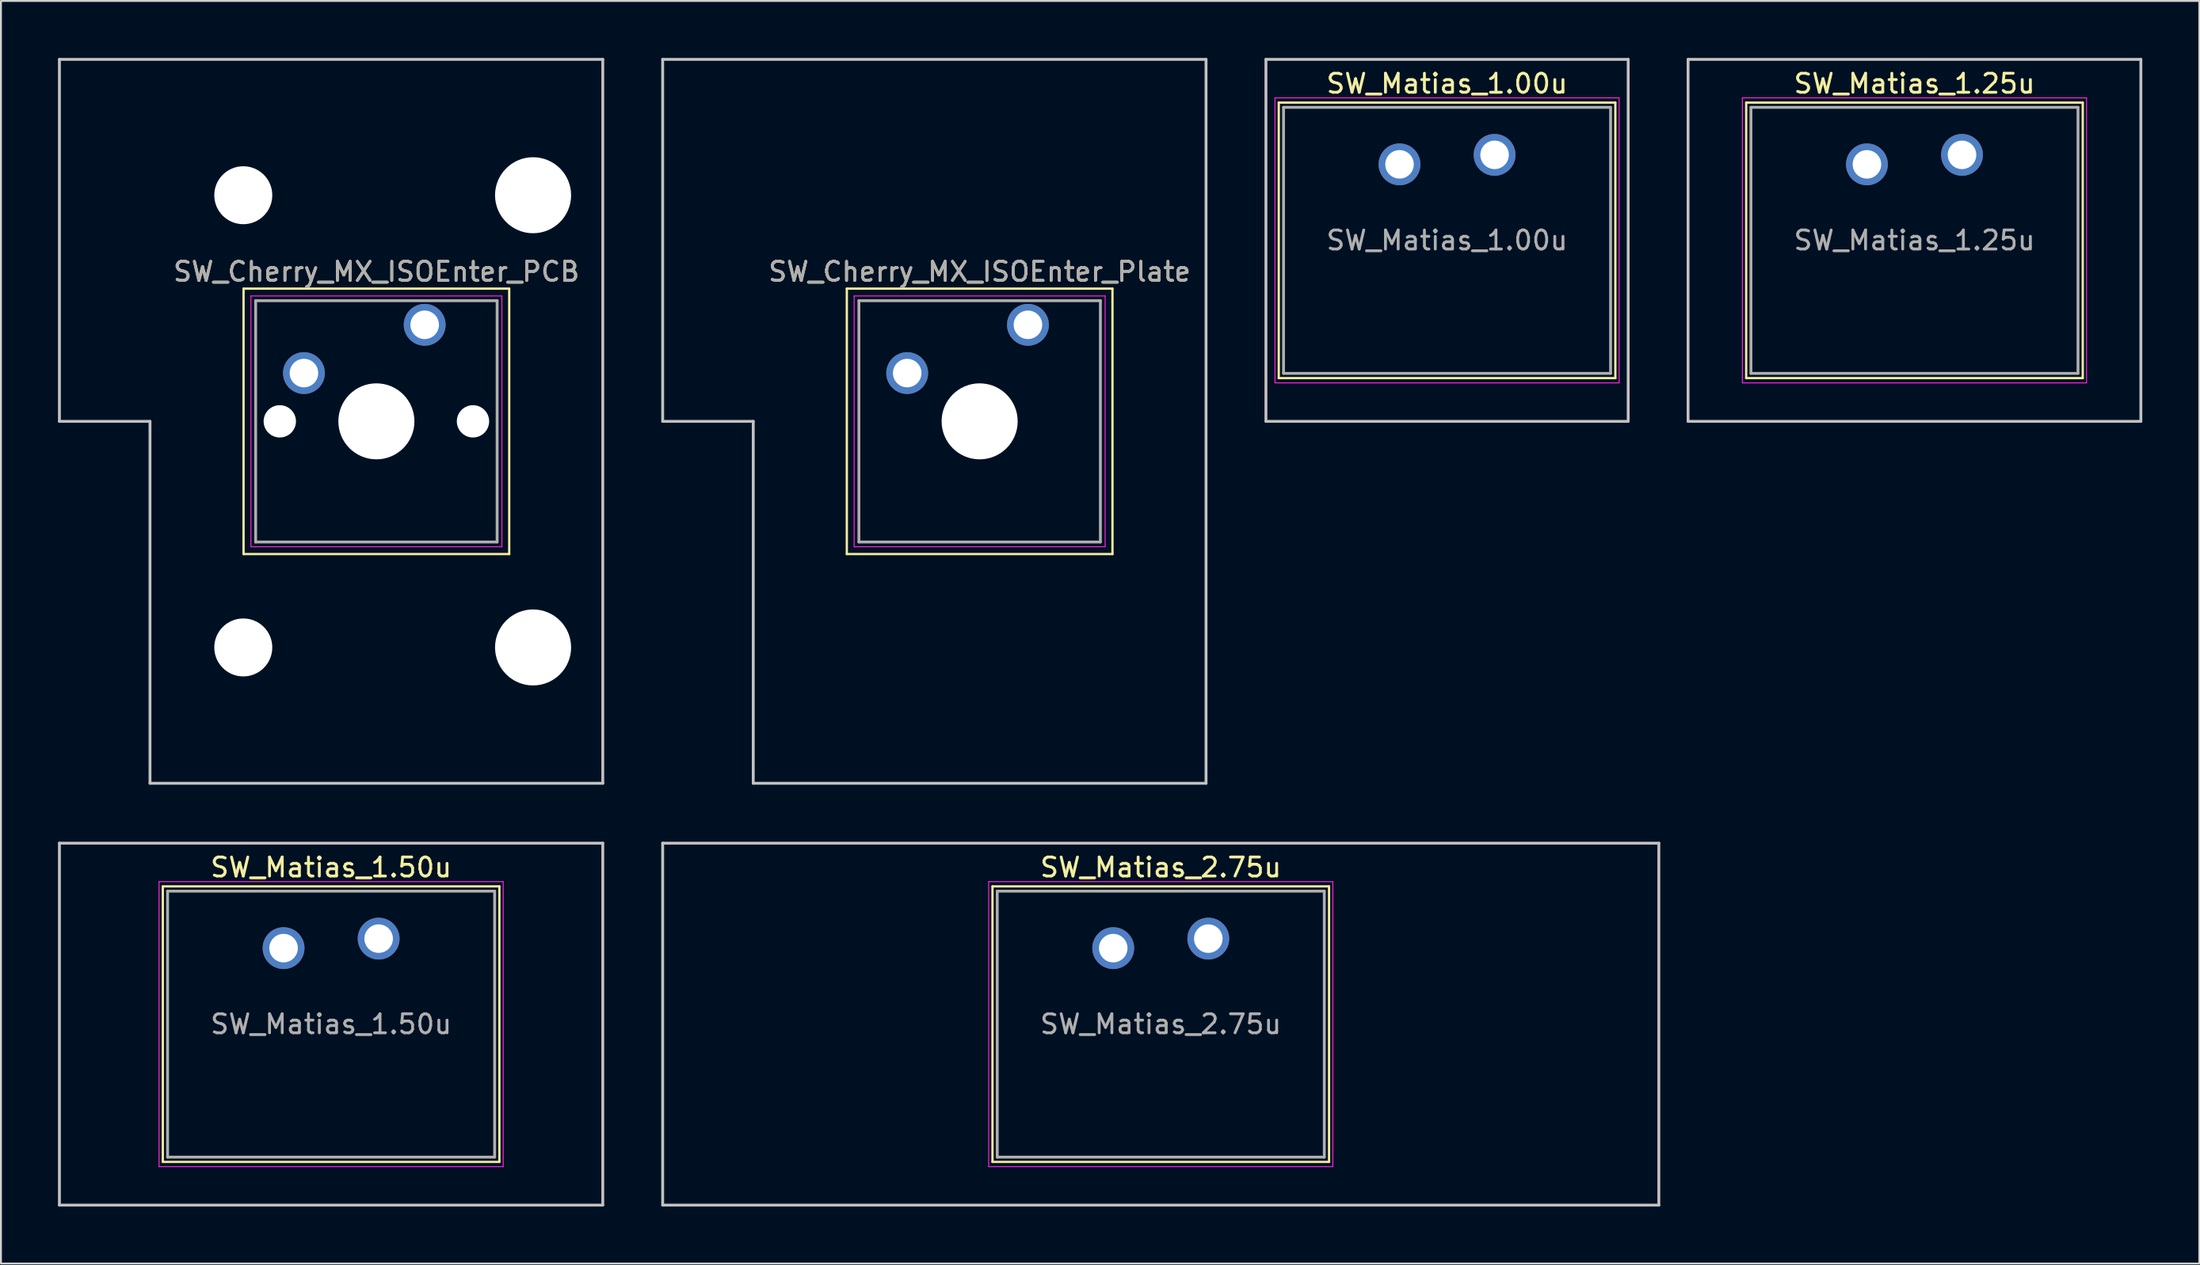
<source format=kicad_pcb>
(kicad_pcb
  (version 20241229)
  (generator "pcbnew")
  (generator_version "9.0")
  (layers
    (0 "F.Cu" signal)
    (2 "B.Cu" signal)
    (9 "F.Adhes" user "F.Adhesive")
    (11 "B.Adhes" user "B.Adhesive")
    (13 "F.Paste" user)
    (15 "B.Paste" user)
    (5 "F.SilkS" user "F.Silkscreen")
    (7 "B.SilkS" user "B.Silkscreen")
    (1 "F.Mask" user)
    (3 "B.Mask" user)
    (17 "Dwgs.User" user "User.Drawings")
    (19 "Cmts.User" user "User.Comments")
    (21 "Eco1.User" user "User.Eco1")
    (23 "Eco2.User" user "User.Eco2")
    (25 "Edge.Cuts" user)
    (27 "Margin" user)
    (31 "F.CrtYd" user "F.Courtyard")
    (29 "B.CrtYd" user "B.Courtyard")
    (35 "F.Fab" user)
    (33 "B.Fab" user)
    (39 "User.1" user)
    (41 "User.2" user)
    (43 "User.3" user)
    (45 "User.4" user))
  (footprint "SW_Cherry_MX_ISOEnter_PCB"
    (layer "F.Cu")
    (at 19.284 14.045)
    (property "Reference" "SW_Cherry_MX_ISOEnter_PCB" (at -2.54 -2.794 0) (layer "F.SilkS") (effects (font (size 1 1) (thickness 0.15))))
    (attr through_hole)
    (fp_line (start -9.525 -1.905) (end 4.445 -1.905) (stroke (width 0.12) (type solid)) (layer "F.SilkS"))
    (fp_line (start -9.525 12.065) (end -9.525 -1.905) (stroke (width 0.12) (type solid)) (layer "F.SilkS"))
    (fp_line (start 4.445 -1.905) (end 4.445 12.065) (stroke (width 0.12) (type solid)) (layer "F.SilkS"))
    (fp_line (start 4.445 12.065) (end -9.525 12.065) (stroke (width 0.12) (type solid)) (layer "F.SilkS"))
    (fp_line (start -19.209 -13.97) (end 9.366 -13.97) (stroke (width 0.15) (type solid)) (layer "Dwgs.User"))
    (fp_line (start -19.209 5.08) (end -19.209 -13.97) (stroke (width 0.15) (type solid)) (layer "Dwgs.User"))
    (fp_line (start -14.446 5.08) (end -19.209 5.08) (stroke (width 0.15) (type solid)) (layer "Dwgs.User"))
    (fp_line (start -14.446 24.13) (end -14.446 5.08) (stroke (width 0.15) (type solid)) (layer "Dwgs.User"))
    (fp_line (start 9.366 -13.97) (end 9.366 24.13) (stroke (width 0.15) (type solid)) (layer "Dwgs.User"))
    (fp_line (start 9.366 24.13) (end -14.446 24.13) (stroke (width 0.15) (type solid)) (layer "Dwgs.User"))
    (fp_line (start -9.14 -1.52) (end 4.06 -1.52) (stroke (width 0.05) (type solid)) (layer "F.CrtYd"))
    (fp_line (start -9.14 11.68) (end -9.14 -1.52) (stroke (width 0.05) (type solid)) (layer "F.CrtYd"))
    (fp_line (start 4.06 -1.52) (end 4.06 11.68) (stroke (width 0.05) (type solid)) (layer "F.CrtYd"))
    (fp_line (start 4.06 11.68) (end -9.14 11.68) (stroke (width 0.05) (type solid)) (layer "F.CrtYd"))
    (fp_line (start -8.89 -1.27) (end 3.81 -1.27) (stroke (width 0.15) (type solid)) (layer "F.Fab"))
    (fp_line (start -8.89 11.43) (end -8.89 -1.27) (stroke (width 0.15) (type solid)) (layer "F.Fab"))
    (fp_line (start 3.81 -1.27) (end 3.81 11.43) (stroke (width 0.15) (type solid)) (layer "F.Fab"))
    (fp_line (start 3.81 11.43) (end -8.89 11.43) (stroke (width 0.15) (type solid)) (layer "F.Fab"))
    (fp_text user "${REFERENCE}" (at -2.54 -2.794 0) (layer "F.Fab") (effects (font (size 1 1) (thickness 0.15))))
    (pad "" np_thru_hole circle (at -9.54 -6.82) (size 3.05 3.05) (drill 3.05) (layers "*.Cu" "*.Mask"))
    (pad "" np_thru_hole circle (at -9.54 16.98) (size 3.05 3.05) (drill 3.05) (layers "*.Cu" "*.Mask"))
    (pad "" np_thru_hole circle (at -7.62 5.08) (size 1.7 1.7) (drill 1.7) (layers "*.Cu" "*.Mask"))
    (pad "" np_thru_hole circle (at -2.54 5.08) (size 4 4) (drill 4) (layers "*.Cu" "*.Mask"))
    (pad "" np_thru_hole circle (at 2.54 5.08) (size 1.7 1.7) (drill 1.7) (layers "*.Cu" "*.Mask"))
    (pad "" np_thru_hole circle (at 5.7 -6.82) (size 4 4) (drill 4) (layers "*.Cu" "*.Mask"))
    (pad "" np_thru_hole circle (at 5.7 16.98) (size 4 4) (drill 4) (layers "*.Cu" "*.Mask"))
    (pad "1" thru_hole circle (at 0 0) (size 2.2 2.2) (drill 1.5) (layers "*.Cu" "*.Mask"))
    (pad "2" thru_hole circle (at -6.35 2.54) (size 2.2 2.2) (drill 1.5) (layers "*.Cu" "*.Mask")))
  (footprint "SW_Matias_1.25u"
    (layer "F.Cu")
    (at 100.131 5.1)
    (property "Reference" "SW_Matias_1.25u" (at -2.5 -3.75 0) (layer "F.SilkS") (effects (font (size 1 1) (thickness 0.15))))
    (attr through_hole)
    (fp_line (start -11.35 -2.75) (end 6.35 -2.75) (stroke (width 0.12) (type solid)) (layer "F.SilkS"))
    (fp_line (start -11.35 11.75) (end -11.35 -2.75) (stroke (width 0.12) (type solid)) (layer "F.SilkS"))
    (fp_line (start 6.35 -2.75) (end 6.35 11.75) (stroke (width 0.12) (type solid)) (layer "F.SilkS"))
    (fp_line (start 6.35 11.75) (end -11.35 11.75) (stroke (width 0.12) (type solid)) (layer "F.SilkS"))
    (fp_line (start -14.406 -5.025) (end 9.406 -5.025) (stroke (width 0.15) (type solid)) (layer "Dwgs.User"))
    (fp_line (start -14.406 14.025) (end -14.406 -5.025) (stroke (width 0.15) (type solid)) (layer "Dwgs.User"))
    (fp_line (start 9.406 -5.025) (end 9.406 14.025) (stroke (width 0.15) (type solid)) (layer "Dwgs.User"))
    (fp_line (start 9.406 14.025) (end -14.406 14.025) (stroke (width 0.15) (type solid)) (layer "Dwgs.User"))
    (fp_line (start -11.55 -3) (end -11.55 12) (stroke (width 0.05) (type solid)) (layer "F.CrtYd"))
    (fp_line (start -11.55 -3) (end 6.55 -3) (stroke (width 0.05) (type solid)) (layer "F.CrtYd"))
    (fp_line (start -11.55 12) (end 6.55 12) (stroke (width 0.05) (type solid)) (layer "F.CrtYd"))
    (fp_line (start 6.55 12) (end 6.55 -3) (stroke (width 0.05) (type solid)) (layer "F.CrtYd"))
    (fp_line (start -11.1 -2.5) (end 6.1 -2.5) (stroke (width 0.15) (type solid)) (layer "F.Fab"))
    (fp_line (start -11.1 11.5) (end -11.1 -2.5) (stroke (width 0.15) (type solid)) (layer "F.Fab"))
    (fp_line (start 6.1 -2.5) (end 6.1 11.5) (stroke (width 0.15) (type solid)) (layer "F.Fab"))
    (fp_line (start 6.1 11.5) (end -11.1 11.5) (stroke (width 0.15) (type solid)) (layer "F.Fab"))
    (fp_text user "${REFERENCE}" (at -2.5 4.5 0) (layer "F.Fab") (effects (font (size 1 1) (thickness 0.15))))
    (pad "1" thru_hole circle (at 0 0) (size 2.2 2.2) (drill 1.5) (layers "*.Cu" "*.Mask"))
    (pad "2" thru_hole circle (at -5 0.5) (size 2.2 2.2) (drill 1.5) (layers "*.Cu" "*.Mask")))
  (footprint "SW_Matias_1.00u"
    (layer "F.Cu")
    (at 75.55 5.1)
    (property "Reference" "SW_Matias_1.00u" (at -2.5 -3.75 0) (layer "F.SilkS") (effects (font (size 1 1) (thickness 0.15))))
    (attr through_hole)
    (fp_line (start -11.35 -2.75) (end 6.35 -2.75) (stroke (width 0.12) (type solid)) (layer "F.SilkS"))
    (fp_line (start -11.35 11.75) (end -11.35 -2.75) (stroke (width 0.12) (type solid)) (layer "F.SilkS"))
    (fp_line (start 6.35 -2.75) (end 6.35 11.75) (stroke (width 0.12) (type solid)) (layer "F.SilkS"))
    (fp_line (start 6.35 11.75) (end -11.35 11.75) (stroke (width 0.12) (type solid)) (layer "F.SilkS"))
    (fp_line (start -12.025 -5.025) (end 7.025 -5.025) (stroke (width 0.15) (type solid)) (layer "Dwgs.User"))
    (fp_line (start -12.025 14.025) (end -12.025 -5.025) (stroke (width 0.15) (type solid)) (layer "Dwgs.User"))
    (fp_line (start 7.025 -5.025) (end 7.025 14.025) (stroke (width 0.15) (type solid)) (layer "Dwgs.User"))
    (fp_line (start 7.025 14.025) (end -12.025 14.025) (stroke (width 0.15) (type solid)) (layer "Dwgs.User"))
    (fp_line (start -11.55 -3) (end -11.55 12) (stroke (width 0.05) (type solid)) (layer "F.CrtYd"))
    (fp_line (start -11.55 -3) (end 6.55 -3) (stroke (width 0.05) (type solid)) (layer "F.CrtYd"))
    (fp_line (start -11.55 12) (end 6.55 12) (stroke (width 0.05) (type solid)) (layer "F.CrtYd"))
    (fp_line (start 6.55 12) (end 6.55 -3) (stroke (width 0.05) (type solid)) (layer "F.CrtYd"))
    (fp_line (start -11.1 -2.5) (end 6.1 -2.5) (stroke (width 0.15) (type solid)) (layer "F.Fab"))
    (fp_line (start -11.1 11.5) (end -11.1 -2.5) (stroke (width 0.15) (type solid)) (layer "F.Fab"))
    (fp_line (start 6.1 -2.5) (end 6.1 11.5) (stroke (width 0.15) (type solid)) (layer "F.Fab"))
    (fp_line (start 6.1 11.5) (end -11.1 11.5) (stroke (width 0.15) (type solid)) (layer "F.Fab"))
    (fp_text user "${REFERENCE}" (at -2.5 4.5 0) (layer "F.Fab") (effects (font (size 1 1) (thickness 0.15))))
    (pad "1" thru_hole circle (at 0 0) (size 2.2 2.2) (drill 1.5) (layers "*.Cu" "*.Mask"))
    (pad "2" thru_hole circle (at -5 0.5) (size 2.2 2.2) (drill 1.5) (layers "*.Cu" "*.Mask")))
  (footprint "SW_Matias_2.75u"
    (layer "F.Cu")
    (at 60.494 46.35)
    (property "Reference" "SW_Matias_2.75u" (at -2.5 -3.75 0) (layer "F.SilkS") (effects (font (size 1 1) (thickness 0.15))))
    (attr through_hole)
    (fp_line (start -11.35 -2.75) (end 6.35 -2.75) (stroke (width 0.12) (type solid)) (layer "F.SilkS"))
    (fp_line (start -11.35 11.75) (end -11.35 -2.75) (stroke (width 0.12) (type solid)) (layer "F.SilkS"))
    (fp_line (start 6.35 -2.75) (end 6.35 11.75) (stroke (width 0.12) (type solid)) (layer "F.SilkS"))
    (fp_line (start 6.35 11.75) (end -11.35 11.75) (stroke (width 0.12) (type solid)) (layer "F.SilkS"))
    (fp_line (start -28.694 -5.025) (end 23.694 -5.025) (stroke (width 0.15) (type solid)) (layer "Dwgs.User"))
    (fp_line (start -28.694 14.025) (end -28.694 -5.025) (stroke (width 0.15) (type solid)) (layer "Dwgs.User"))
    (fp_line (start 23.694 -5.025) (end 23.694 14.025) (stroke (width 0.15) (type solid)) (layer "Dwgs.User"))
    (fp_line (start 23.694 14.025) (end -28.694 14.025) (stroke (width 0.15) (type solid)) (layer "Dwgs.User"))
    (fp_line (start -11.55 -3) (end -11.55 12) (stroke (width 0.05) (type solid)) (layer "F.CrtYd"))
    (fp_line (start -11.55 -3) (end 6.55 -3) (stroke (width 0.05) (type solid)) (layer "F.CrtYd"))
    (fp_line (start -11.55 12) (end 6.55 12) (stroke (width 0.05) (type solid)) (layer "F.CrtYd"))
    (fp_line (start 6.55 12) (end 6.55 -3) (stroke (width 0.05) (type solid)) (layer "F.CrtYd"))
    (fp_line (start -11.1 -2.5) (end 6.1 -2.5) (stroke (width 0.15) (type solid)) (layer "F.Fab"))
    (fp_line (start -11.1 11.5) (end -11.1 -2.5) (stroke (width 0.15) (type solid)) (layer "F.Fab"))
    (fp_line (start 6.1 -2.5) (end 6.1 11.5) (stroke (width 0.15) (type solid)) (layer "F.Fab"))
    (fp_line (start 6.1 11.5) (end -11.1 11.5) (stroke (width 0.15) (type solid)) (layer "F.Fab"))
    (fp_text user "${REFERENCE}" (at -2.5 4.5 0) (layer "F.Fab") (effects (font (size 1 1) (thickness 0.15))))
    (pad "1" thru_hole circle (at 0 0) (size 2.2 2.2) (drill 1.5) (layers "*.Cu" "*.Mask"))
    (pad "2" thru_hole circle (at -5 0.5) (size 2.2 2.2) (drill 1.5) (layers "*.Cu" "*.Mask")))
  (footprint "SW_Matias_1.50u"
    (layer "F.Cu")
    (at 16.863 46.35)
    (property "Reference" "SW_Matias_1.50u" (at -2.5 -3.75 0) (layer "F.SilkS") (effects (font (size 1 1) (thickness 0.15))))
    (attr through_hole)
    (fp_line (start -11.35 -2.75) (end 6.35 -2.75) (stroke (width 0.12) (type solid)) (layer "F.SilkS"))
    (fp_line (start -11.35 11.75) (end -11.35 -2.75) (stroke (width 0.12) (type solid)) (layer "F.SilkS"))
    (fp_line (start 6.35 -2.75) (end 6.35 11.75) (stroke (width 0.12) (type solid)) (layer "F.SilkS"))
    (fp_line (start 6.35 11.75) (end -11.35 11.75) (stroke (width 0.12) (type solid)) (layer "F.SilkS"))
    (fp_line (start -16.788 -5.025) (end 11.787 -5.025) (stroke (width 0.15) (type solid)) (layer "Dwgs.User"))
    (fp_line (start -16.788 14.025) (end -16.788 -5.025) (stroke (width 0.15) (type solid)) (layer "Dwgs.User"))
    (fp_line (start 11.787 -5.025) (end 11.787 14.025) (stroke (width 0.15) (type solid)) (layer "Dwgs.User"))
    (fp_line (start 11.787 14.025) (end -16.788 14.025) (stroke (width 0.15) (type solid)) (layer "Dwgs.User"))
    (fp_line (start -11.55 -3) (end -11.55 12) (stroke (width 0.05) (type solid)) (layer "F.CrtYd"))
    (fp_line (start -11.55 -3) (end 6.55 -3) (stroke (width 0.05) (type solid)) (layer "F.CrtYd"))
    (fp_line (start -11.55 12) (end 6.55 12) (stroke (width 0.05) (type solid)) (layer "F.CrtYd"))
    (fp_line (start 6.55 12) (end 6.55 -3) (stroke (width 0.05) (type solid)) (layer "F.CrtYd"))
    (fp_line (start -11.1 -2.5) (end 6.1 -2.5) (stroke (width 0.15) (type solid)) (layer "F.Fab"))
    (fp_line (start -11.1 11.5) (end -11.1 -2.5) (stroke (width 0.15) (type solid)) (layer "F.Fab"))
    (fp_line (start 6.1 -2.5) (end 6.1 11.5) (stroke (width 0.15) (type solid)) (layer "F.Fab"))
    (fp_line (start 6.1 11.5) (end -11.1 11.5) (stroke (width 0.15) (type solid)) (layer "F.Fab"))
    (fp_text user "${REFERENCE}" (at -2.5 4.5 0) (layer "F.Fab") (effects (font (size 1 1) (thickness 0.15))))
    (pad "1" thru_hole circle (at 0 0) (size 2.2 2.2) (drill 1.5) (layers "*.Cu" "*.Mask"))
    (pad "2" thru_hole circle (at -5 0.5) (size 2.2 2.2) (drill 1.5) (layers "*.Cu" "*.Mask")))
  (footprint "SW_Cherry_MX_ISOEnter_Plate"
    (layer "F.Cu")
    (at 51.009 14.045)
    (property "Reference" "SW_Cherry_MX_ISOEnter_Plate" (at -2.54 -2.794 0) (layer "F.SilkS") (effects (font (size 1 1) (thickness 0.15))))
    (attr through_hole)
    (fp_line (start -9.525 -1.905) (end 4.445 -1.905) (stroke (width 0.12) (type solid)) (layer "F.SilkS"))
    (fp_line (start -9.525 12.065) (end -9.525 -1.905) (stroke (width 0.12) (type solid)) (layer "F.SilkS"))
    (fp_line (start 4.445 -1.905) (end 4.445 12.065) (stroke (width 0.12) (type solid)) (layer "F.SilkS"))
    (fp_line (start 4.445 12.065) (end -9.525 12.065) (stroke (width 0.12) (type solid)) (layer "F.SilkS"))
    (fp_line (start -19.209 -13.97) (end 9.366 -13.97) (stroke (width 0.15) (type solid)) (layer "Dwgs.User"))
    (fp_line (start -19.209 5.08) (end -19.209 -13.97) (stroke (width 0.15) (type solid)) (layer "Dwgs.User"))
    (fp_line (start -14.446 5.08) (end -19.209 5.08) (stroke (width 0.15) (type solid)) (layer "Dwgs.User"))
    (fp_line (start -14.446 24.13) (end -14.446 5.08) (stroke (width 0.15) (type solid)) (layer "Dwgs.User"))
    (fp_line (start 9.366 -13.97) (end 9.366 24.13) (stroke (width 0.15) (type solid)) (layer "Dwgs.User"))
    (fp_line (start 9.366 24.13) (end -14.446 24.13) (stroke (width 0.15) (type solid)) (layer "Dwgs.User"))
    (fp_line (start -9.14 -1.52) (end 4.06 -1.52) (stroke (width 0.05) (type solid)) (layer "F.CrtYd"))
    (fp_line (start -9.14 11.68) (end -9.14 -1.52) (stroke (width 0.05) (type solid)) (layer "F.CrtYd"))
    (fp_line (start 4.06 -1.52) (end 4.06 11.68) (stroke (width 0.05) (type solid)) (layer "F.CrtYd"))
    (fp_line (start 4.06 11.68) (end -9.14 11.68) (stroke (width 0.05) (type solid)) (layer "F.CrtYd"))
    (fp_line (start -8.89 -1.27) (end 3.81 -1.27) (stroke (width 0.15) (type solid)) (layer "F.Fab"))
    (fp_line (start -8.89 11.43) (end -8.89 -1.27) (stroke (width 0.15) (type solid)) (layer "F.Fab"))
    (fp_line (start 3.81 -1.27) (end 3.81 11.43) (stroke (width 0.15) (type solid)) (layer "F.Fab"))
    (fp_line (start 3.81 11.43) (end -8.89 11.43) (stroke (width 0.15) (type solid)) (layer "F.Fab"))
    (fp_text user "${REFERENCE}" (at -2.54 -2.794 0) (layer "F.Fab") (effects (font (size 1 1) (thickness 0.15))))
    (pad "" np_thru_hole circle (at -2.54 5.08) (size 4 4) (drill 4) (layers "*.Cu" "*.Mask"))
    (pad "1" thru_hole circle (at 0 0) (size 2.2 2.2) (drill 1.5) (layers "*.Cu" "*.Mask"))
    (pad "2" thru_hole circle (at -6.35 2.54) (size 2.2 2.2) (drill 1.5) (layers "*.Cu" "*.Mask")))
  (gr_rect
    (start -3 -3)
    (end 112.612 63.45)
    (stroke (width 0.1) (type default))
    (fill no)
    (layer "Edge.Cuts")))
</source>
